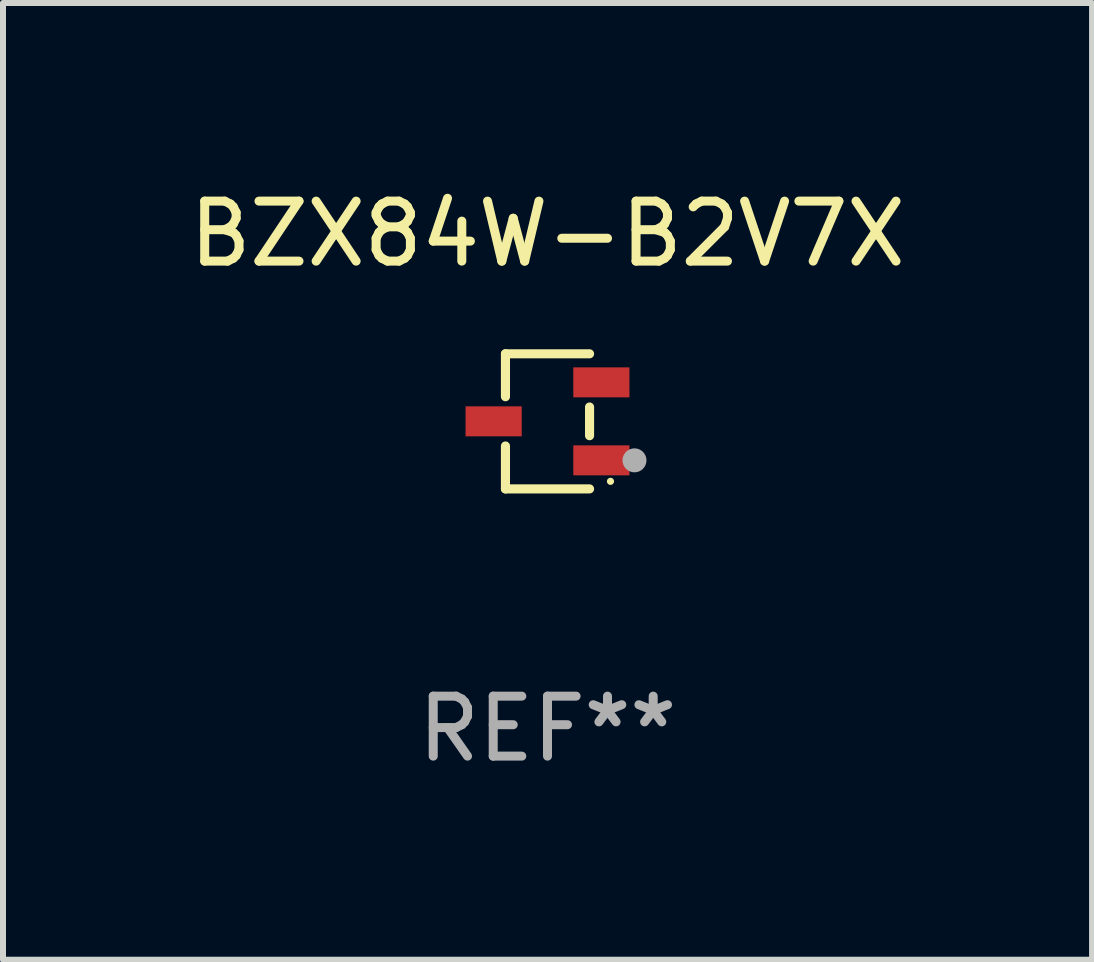
<source format=kicad_pcb>
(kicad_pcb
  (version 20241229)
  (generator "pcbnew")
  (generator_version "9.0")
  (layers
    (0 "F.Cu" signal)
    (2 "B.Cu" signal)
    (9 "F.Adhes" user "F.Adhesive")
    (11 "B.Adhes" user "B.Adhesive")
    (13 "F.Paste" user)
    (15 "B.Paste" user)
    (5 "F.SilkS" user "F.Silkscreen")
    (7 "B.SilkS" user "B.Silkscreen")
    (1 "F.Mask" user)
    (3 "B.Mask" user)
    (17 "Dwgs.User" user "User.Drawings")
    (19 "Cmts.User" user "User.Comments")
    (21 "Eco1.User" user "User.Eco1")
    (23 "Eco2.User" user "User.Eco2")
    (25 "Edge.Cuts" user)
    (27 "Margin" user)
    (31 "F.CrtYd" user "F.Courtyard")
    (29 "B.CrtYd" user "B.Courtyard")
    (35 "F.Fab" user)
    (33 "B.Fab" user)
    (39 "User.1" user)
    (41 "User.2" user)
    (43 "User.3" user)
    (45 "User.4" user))
  (footprint "BZX84W-B2V7X"
    (layer "F.Cu")
    (at 6.077 3.974)
    (property "Reference" "BZX84W-B2V7X" (at 0 -3.126 0) (layer "F.SilkS") (effects (font (size 1 1) (thickness 0.15))))
    (attr through_hole)
    (fp_line (start -0.701 -1.126) (end -0.701 -0.411) (stroke (width 0.152) (type solid)) (layer "F.SilkS"))
    (fp_line (start -0.701 1.126) (end -0.701 0.411) (stroke (width 0.152) (type solid)) (layer "F.SilkS"))
    (fp_line (start 0.701 -1.126) (end -0.701 -1.126) (stroke (width 0.152) (type solid)) (layer "F.SilkS"))
    (fp_line (start 0.701 -0.239) (end 0.701 0.239) (stroke (width 0.152) (type solid)) (layer "F.SilkS"))
    (fp_line (start 0.701 1.126) (end -0.701 1.126) (stroke (width 0.152) (type solid)) (layer "F.SilkS"))
    (fp_circle (center 1.05 1) (end 1.08 1) (stroke (width 0.06) (type solid)) (fill no) (layer "F.SilkS"))
    (fp_circle (center 1.45 0.65) (end 1.55 0.65) (stroke (width 0.2) (type solid)) (fill no) (layer "F.Fab"))
    (fp_text user "REF**" (at 0 5.126 0) (layer "F.Fab") (effects (font (size 1 1) (thickness 0.15))))
    (pad "1" smd rect (at 0.898 0.65) (size 0.936 0.5) (layers "F.Cu" "F.Mask" "F.Paste"))
    (pad "2" smd rect (at 0.898 -0.65) (size 0.936 0.5) (layers "F.Cu" "F.Mask" "F.Paste"))
    (pad "3" smd rect (at -0.898 0) (size 0.936 0.5) (layers "F.Cu" "F.Mask" "F.Paste")))
  (gr_rect
    (start -3 -3)
    (end 15.155 12.949)
    (stroke (width 0.1) (type default))
    (fill no)
    (layer "Edge.Cuts")))
</source>
